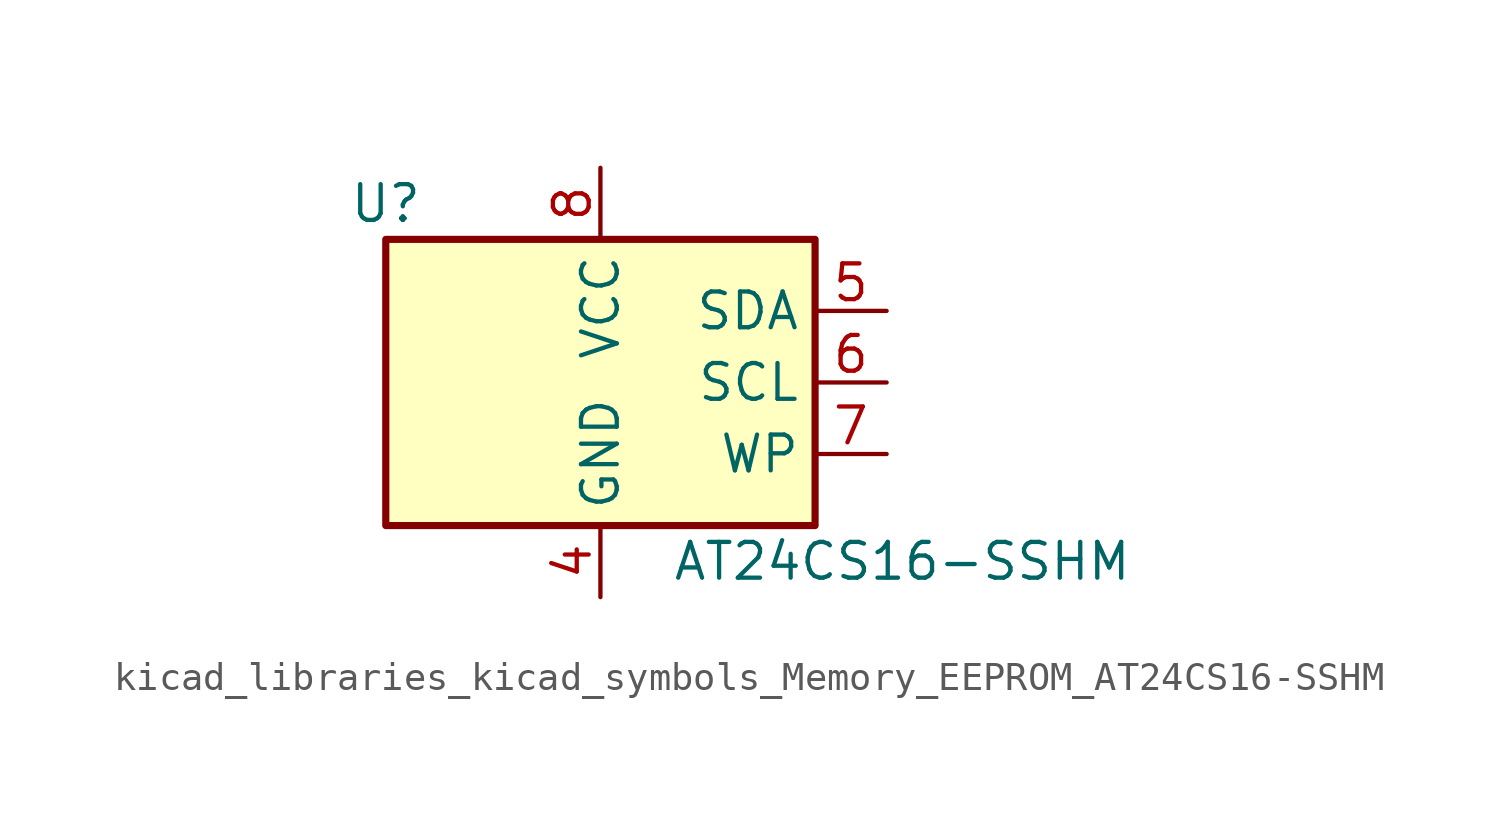
<source format=kicad_sym>
(kicad_symbol_lib
  (version 20220914)
  (generator kicad_symbol_editor)
  (symbol "kicad_libraries_kicad_symbols_Memory_EEPROM_AT24CS16-SSHM"
    (property "Reference" "U"
      (at -7.62 6.35 0)
      (effects (font (size 1.27 1.27))))
    (property "Value" "AT24CS16-SSHM"
      (at 2.54 -6.35 0)
      (effects (font (size 1.27 1.27)) (justify left)))
    (symbol "kicad_libraries_kicad_symbols_Memory_EEPROM_AT24CS16-SSHM_1_1"
      (rectangle (start -7.62 5.08) (end 7.62 -5.08) (stroke (width 0.254) (type default)) (fill (type background)))
      (pin no_connect line (at -7.62 2.54 0) (length 2.54) hide (name "NC" (effects (font (size 1.27 1.27)))) (number "1" (effects (font (size 1.27 1.27)))))
      (pin no_connect line (at -7.62 0 0) (length 2.54) hide (name "NC" (effects (font (size 1.27 1.27)))) (number "2" (effects (font (size 1.27 1.27)))))
      (pin no_connect line (at -7.62 -2.54 0) (length 2.54) hide (name "NC" (effects (font (size 1.27 1.27)))) (number "3" (effects (font (size 1.27 1.27)))))
      (pin power_in line (at 0 -7.62 90) (length 2.54) (name "GND" (effects (font (size 1.27 1.27)))) (number "4" (effects (font (size 1.27 1.27)))))
      (pin bidirectional line (at 10.16 2.54 180) (length 2.54) (name "SDA" (effects (font (size 1.27 1.27)))) (number "5" (effects (font (size 1.27 1.27)))))
      (pin input line (at 10.16 0 180) (length 2.54) (name "SCL" (effects (font (size 1.27 1.27)))) (number "6" (effects (font (size 1.27 1.27)))))
      (pin input line (at 10.16 -2.54 180) (length 2.54) (name "WP" (effects (font (size 1.27 1.27)))) (number "7" (effects (font (size 1.27 1.27)))))
      (pin power_in line (at 0 7.62 270) (length 2.54) (name "VCC" (effects (font (size 1.27 1.27)))) (number "8" (effects (font (size 1.27 1.27))))))))
</source>
